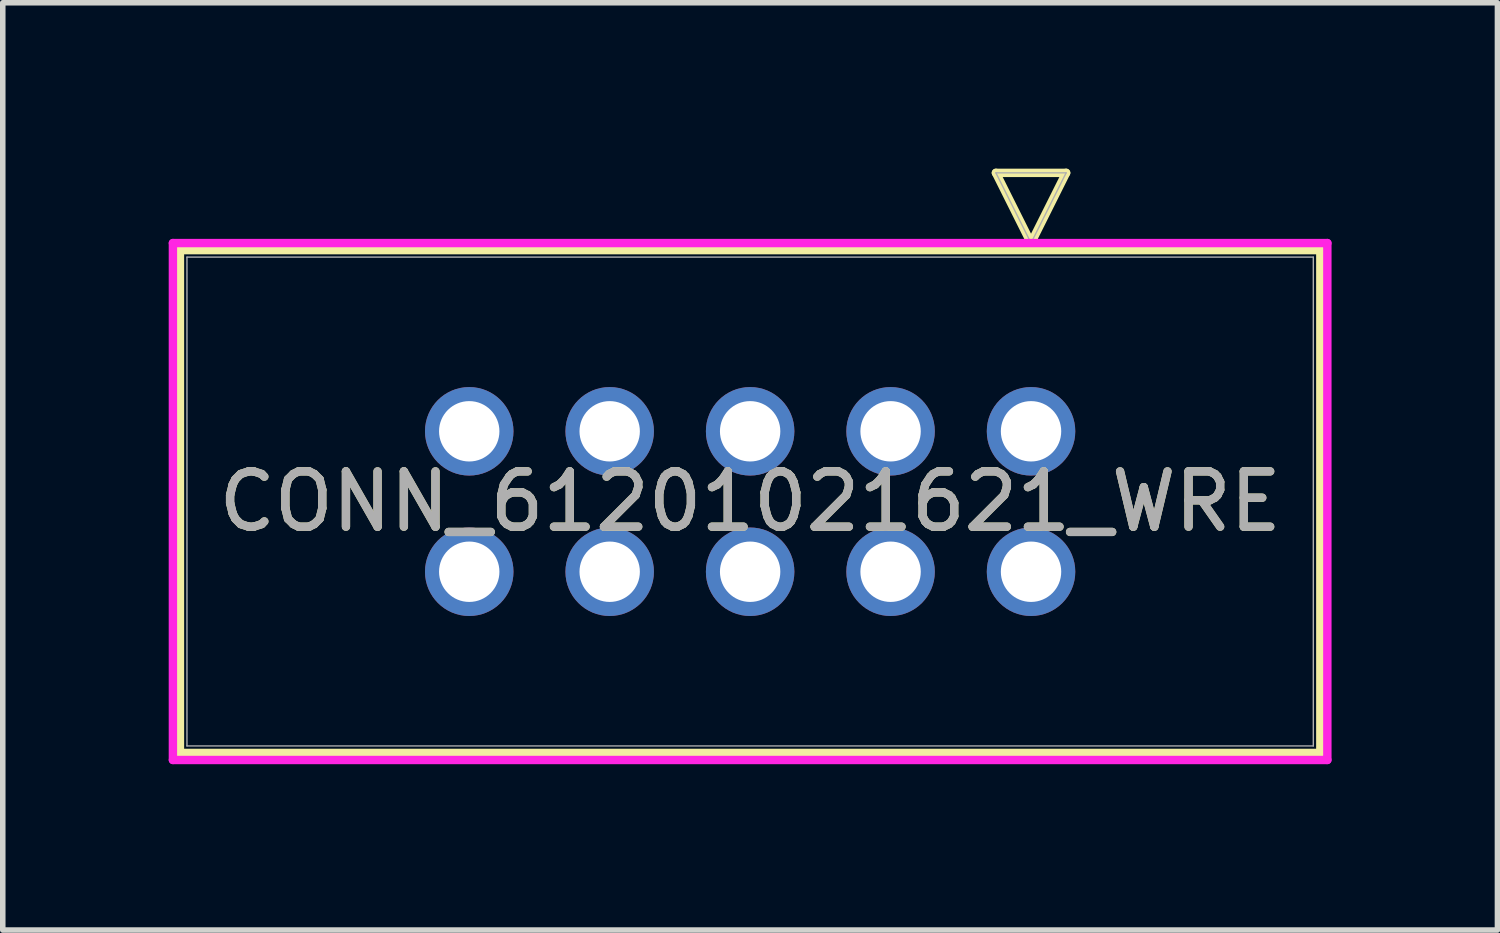
<source format=kicad_pcb>
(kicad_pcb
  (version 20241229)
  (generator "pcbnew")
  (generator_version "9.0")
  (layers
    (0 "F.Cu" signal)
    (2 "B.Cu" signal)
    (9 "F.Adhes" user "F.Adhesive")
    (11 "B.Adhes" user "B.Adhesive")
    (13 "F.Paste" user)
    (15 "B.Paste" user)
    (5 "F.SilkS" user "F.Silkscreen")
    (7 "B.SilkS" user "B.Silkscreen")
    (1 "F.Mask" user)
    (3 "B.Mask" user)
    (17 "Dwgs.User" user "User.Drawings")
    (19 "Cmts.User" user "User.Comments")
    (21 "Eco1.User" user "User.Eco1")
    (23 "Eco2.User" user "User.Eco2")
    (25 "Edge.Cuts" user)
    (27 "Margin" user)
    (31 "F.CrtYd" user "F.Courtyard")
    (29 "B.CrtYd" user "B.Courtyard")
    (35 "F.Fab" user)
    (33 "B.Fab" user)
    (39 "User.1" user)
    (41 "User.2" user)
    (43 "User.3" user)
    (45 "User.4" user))
  (footprint "CONN_61201021621_WRE"
    (layer "F.Cu")
    (at 15.596 4.75)
    (property "Reference" "CONN_61201021621_WRE" (at -5.08 1.27 0) (unlocked yes) (layer "F.SilkS") (effects (font (size 1 1) (thickness 0.15))))
    (attr through_hole)
    (fp_line (start -15.392 -3.277) (end -15.392 5.817) (stroke (width 0.152) (type solid)) (layer "F.SilkS"))
    (fp_line (start -15.392 5.817) (end 5.232 5.817) (stroke (width 0.152) (type solid)) (layer "F.SilkS"))
    (fp_line (start -0.635 -4.674) (end 0.635 -4.674) (stroke (width 0.152) (type solid)) (layer "F.SilkS"))
    (fp_line (start 0 -3.404) (end -0.635 -4.674) (stroke (width 0.152) (type solid)) (layer "F.SilkS"))
    (fp_line (start 0.635 -4.674) (end 0 -3.404) (stroke (width 0.152) (type solid)) (layer "F.SilkS"))
    (fp_line (start 5.232 -3.277) (end -15.392 -3.277) (stroke (width 0.152) (type solid)) (layer "F.SilkS"))
    (fp_line (start 5.232 5.817) (end 5.232 -3.277) (stroke (width 0.152) (type solid)) (layer "F.SilkS"))
    (fp_line (start -15.519 -3.404) (end -15.519 5.944) (stroke (width 0.152) (type solid)) (layer "F.CrtYd"))
    (fp_line (start -15.519 5.944) (end 5.359 5.944) (stroke (width 0.152) (type solid)) (layer "F.CrtYd"))
    (fp_line (start 5.359 -3.404) (end -15.519 -3.404) (stroke (width 0.152) (type solid)) (layer "F.CrtYd"))
    (fp_line (start 5.359 5.944) (end 5.359 -3.404) (stroke (width 0.152) (type solid)) (layer "F.CrtYd"))
    (fp_line (start -15.265 -3.15) (end -15.265 5.69) (stroke (width 0.025) (type solid)) (layer "F.Fab"))
    (fp_line (start -15.265 5.69) (end 5.105 5.69) (stroke (width 0.025) (type solid)) (layer "F.Fab"))
    (fp_line (start -0.635 -4.674) (end 0.635 -4.674) (stroke (width 0.025) (type solid)) (layer "F.Fab"))
    (fp_line (start 0 -3.404) (end -0.635 -4.674) (stroke (width 0.025) (type solid)) (layer "F.Fab"))
    (fp_line (start 0.635 -4.674) (end 0 -3.404) (stroke (width 0.025) (type solid)) (layer "F.Fab"))
    (fp_line (start 5.105 -3.15) (end -15.265 -3.15) (stroke (width 0.025) (type solid)) (layer "F.Fab"))
    (fp_line (start 5.105 5.69) (end 5.105 -3.15) (stroke (width 0.025) (type solid)) (layer "F.Fab"))
    (fp_text user "${REFERENCE}" (at -5.08 1.27 0) (unlocked yes) (layer "F.Fab") (effects (font (size 1 1) (thickness 0.15))))
    (pad "1" thru_hole circle (at 0 0) (size 1.6 1.6) (drill 1.092) (layers "*.Cu" "*.Mask"))
    (pad "2" thru_hole circle (at 0 2.54) (size 1.6 1.6) (drill 1.092) (layers "*.Cu" "*.Mask"))
    (pad "3" thru_hole circle (at -2.54 0) (size 1.6 1.6) (drill 1.092) (layers "*.Cu" "*.Mask"))
    (pad "4" thru_hole circle (at -2.54 2.54) (size 1.6 1.6) (drill 1.092) (layers "*.Cu" "*.Mask"))
    (pad "5" thru_hole circle (at -5.08 0) (size 1.6 1.6) (drill 1.092) (layers "*.Cu" "*.Mask"))
    (pad "6" thru_hole circle (at -5.08 2.54) (size 1.6 1.6) (drill 1.092) (layers "*.Cu" "*.Mask"))
    (pad "7" thru_hole circle (at -7.62 0) (size 1.6 1.6) (drill 1.092) (layers "*.Cu" "*.Mask"))
    (pad "8" thru_hole circle (at -7.62 2.54) (size 1.6 1.6) (drill 1.092) (layers "*.Cu" "*.Mask"))
    (pad "9" thru_hole circle (at -10.16 0) (size 1.6 1.6) (drill 1.092) (layers "*.Cu" "*.Mask"))
    (pad "10" thru_hole circle (at -10.16 2.54) (size 1.6 1.6) (drill 1.092) (layers "*.Cu" "*.Mask")))
  (gr_rect
    (start -3 -3)
    (end 24.031 13.77)
    (stroke (width 0.1) (type default))
    (fill no)
    (layer "Edge.Cuts")))
</source>
